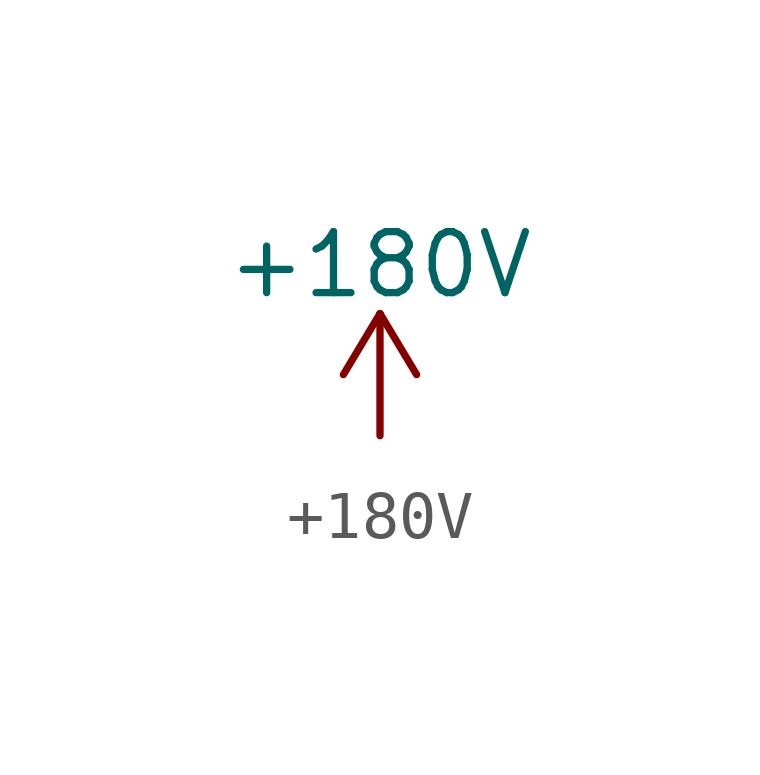
<source format=kicad_sym>
(kicad_symbol_lib
  (version 20211014)
  (generator kicad_symbol_editor)
  (symbol "+180V"
    (power)
    (pin_names
      (offset 0))
    (property "Reference" "#PWR"
      (at 0 -3.81 0)
      (effects (font (size 1.27 1.27)) hide))
    (property "Value" "+180V"
      (at 0 3.556 0)
      (effects (font (size 1.27 1.27))))
    (symbol "+180V_0_1"
      (polyline (pts (xy -0.762 1.27) (xy 0 2.54)) (stroke (width 0) (type default) (color 0 0 0 0)) (fill (type none)))
      (polyline (pts (xy 0 0) (xy 0 2.54)) (stroke (width 0) (type default) (color 0 0 0 0)) (fill (type none)))
      (polyline (pts (xy 0 2.54) (xy 0.762 1.27)) (stroke (width 0) (type default) (color 0 0 0 0)) (fill (type none))))
    (symbol "+180V_1_1"
      (pin power_in line (at 0 0 90) (length 0) hide (name "+180V" (effects (font (size 1.27 1.27)))) (number "1" (effects (font (size 1.27 1.27))))))))
</source>
